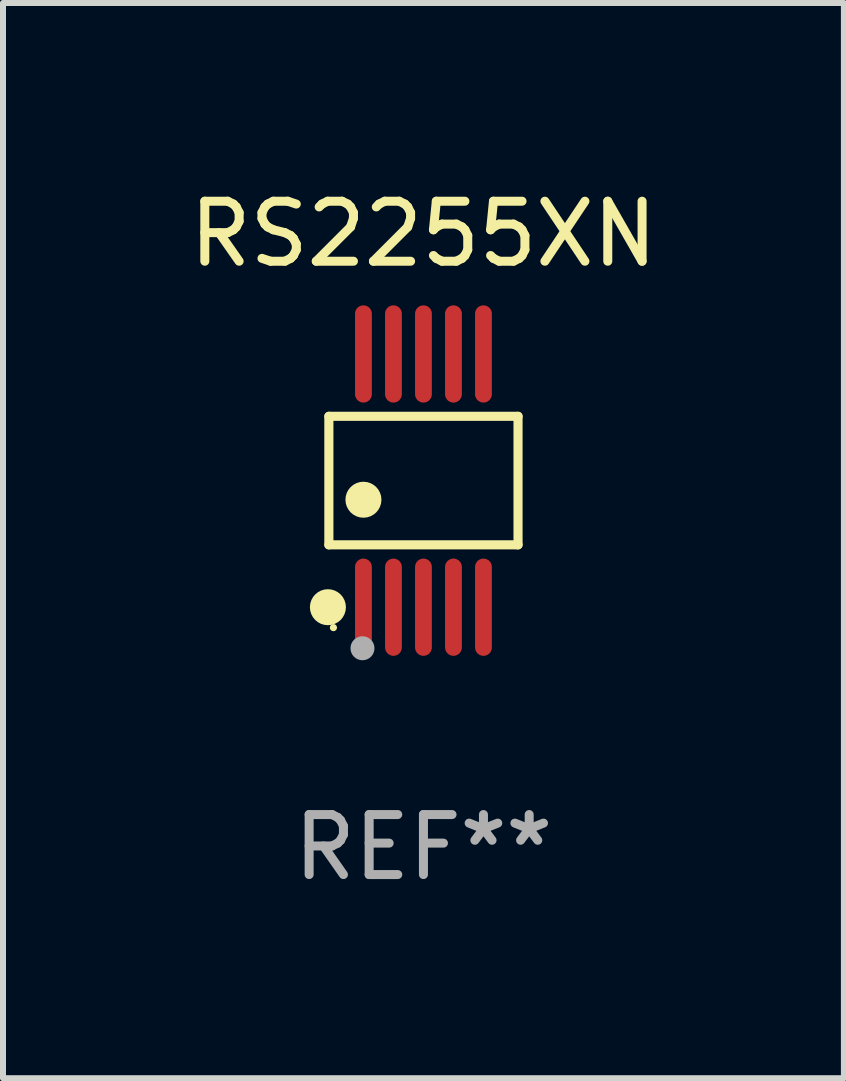
<source format=kicad_pcb>
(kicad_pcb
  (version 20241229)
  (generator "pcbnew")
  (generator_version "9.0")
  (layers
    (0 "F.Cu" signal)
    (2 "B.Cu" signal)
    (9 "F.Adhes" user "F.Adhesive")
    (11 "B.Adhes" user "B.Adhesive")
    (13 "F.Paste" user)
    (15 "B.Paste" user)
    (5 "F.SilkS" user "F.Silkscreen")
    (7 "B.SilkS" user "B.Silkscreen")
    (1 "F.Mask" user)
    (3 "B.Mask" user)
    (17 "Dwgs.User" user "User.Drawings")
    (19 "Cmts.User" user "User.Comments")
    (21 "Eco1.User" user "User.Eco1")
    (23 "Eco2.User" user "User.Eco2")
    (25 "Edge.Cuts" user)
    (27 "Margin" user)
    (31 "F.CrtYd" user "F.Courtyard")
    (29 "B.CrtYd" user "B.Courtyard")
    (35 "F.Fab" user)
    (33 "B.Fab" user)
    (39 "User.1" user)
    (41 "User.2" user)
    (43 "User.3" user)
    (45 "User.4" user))
  (footprint "RS2255XN"
    (layer "F.Cu")
    (at 4.006 4.958)
    (property "Reference" "RS2255XN" (at 0 -4.11 0) (layer "F.SilkS") (effects (font (size 1 1) (thickness 0.15))))
    (attr through_hole)
    (fp_line (start -1.576 -1.071) (end 1.576 -1.071) (stroke (width 0.152) (type solid)) (layer "F.SilkS"))
    (fp_line (start -1.576 1.071) (end -1.576 -1.071) (stroke (width 0.152) (type solid)) (layer "F.SilkS"))
    (fp_line (start 1.576 -1.071) (end 1.576 1.071) (stroke (width 0.152) (type solid)) (layer "F.SilkS"))
    (fp_line (start 1.576 1.071) (end -1.576 1.071) (stroke (width 0.152) (type solid)) (layer "F.SilkS"))
    (fp_circle (center -1.592 2.11) (end -1.442 2.11) (stroke (width 0.3) (type solid)) (fill no) (layer "F.SilkS"))
    (fp_circle (center -1.5 2.45) (end -1.47 2.45) (stroke (width 0.06) (type solid)) (fill no) (layer "F.SilkS"))
    (fp_circle (center -1 0.319) (end -0.85 0.319) (stroke (width 0.3) (type solid)) (fill no) (layer "F.SilkS"))
    (fp_circle (center -1.016 2.794) (end -0.916 2.794) (stroke (width 0.2) (type solid)) (fill no) (layer "F.Fab"))
    (fp_text user "REF**" (at 0 6.11 0) (layer "F.Fab") (effects (font (size 1 1) (thickness 0.15))))
    (pad "1" smd oval (at -1 2.11) (size 0.28 1.62) (layers "F.Cu" "F.Mask" "F.Paste"))
    (pad "2" smd oval (at -0.5 2.11) (size 0.28 1.62) (layers "F.Cu" "F.Mask" "F.Paste"))
    (pad "3" smd oval (at 0 2.11) (size 0.28 1.62) (layers "F.Cu" "F.Mask" "F.Paste"))
    (pad "4" smd oval (at 0.5 2.11) (size 0.28 1.62) (layers "F.Cu" "F.Mask" "F.Paste"))
    (pad "5" smd oval (at 1 2.11) (size 0.28 1.62) (layers "F.Cu" "F.Mask" "F.Paste"))
    (pad "6" smd oval (at 1 -2.11) (size 0.28 1.62) (layers "F.Cu" "F.Mask" "F.Paste"))
    (pad "7" smd oval (at 0.5 -2.11) (size 0.28 1.62) (layers "F.Cu" "F.Mask" "F.Paste"))
    (pad "8" smd oval (at 0 -2.11) (size 0.28 1.62) (layers "F.Cu" "F.Mask" "F.Paste"))
    (pad "9" smd oval (at -0.5 -2.11) (size 0.28 1.62) (layers "F.Cu" "F.Mask" "F.Paste"))
    (pad "10" smd oval (at -1 -2.11) (size 0.28 1.62) (layers "F.Cu" "F.Mask" "F.Paste")))
  (gr_rect
    (start -3 -3)
    (end 11.012 14.916)
    (stroke (width 0.1) (type default))
    (fill no)
    (layer "Edge.Cuts")))
</source>
